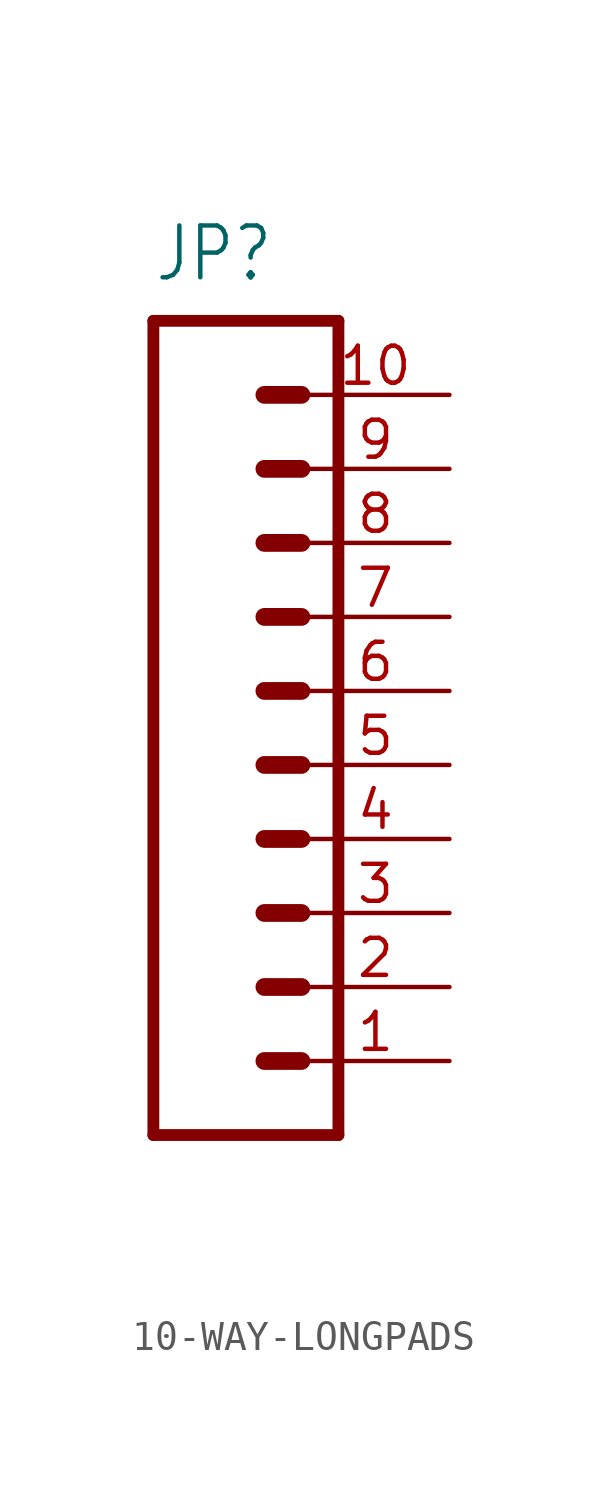
<source format=kicad_sym>
(kicad_symbol_lib
  (version 20220914)
  (generator kicad_symbol_editor)
  (symbol "10-WAY-LONGPADS"
    (property "Reference" "JP"
      (at 0 8.89 0)
      (effects (font (size 1.778 1.511)) (justify left bottom)))
    (property "Value" ""
      (at 0 -22.86 0)
      (effects (font (size 1.778 1.511)) (justify left bottom)))
    (property "ki_locked" ""
      (at 0 0 0)
      (effects (font (size 1.27 1.27))))
    (symbol "10-WAY-LONGPADS_1_0"
      (polyline (pts (xy 0 7.62) (xy 0 -20.32)) (stroke (width 0.406) (type solid)) (fill (type none)))
      (polyline (pts (xy 0 7.62) (xy 6.35 7.62)) (stroke (width 0.406) (type solid)) (fill (type none)))
      (polyline (pts (xy 3.81 -17.78) (xy 5.08 -17.78)) (stroke (width 0.61) (type solid)) (fill (type none)))
      (polyline (pts (xy 3.81 -15.24) (xy 5.08 -15.24)) (stroke (width 0.61) (type solid)) (fill (type none)))
      (polyline (pts (xy 3.81 -12.7) (xy 5.08 -12.7)) (stroke (width 0.61) (type solid)) (fill (type none)))
      (polyline (pts (xy 3.81 -10.16) (xy 5.08 -10.16)) (stroke (width 0.61) (type solid)) (fill (type none)))
      (polyline (pts (xy 3.81 -7.62) (xy 5.08 -7.62)) (stroke (width 0.61) (type solid)) (fill (type none)))
      (polyline (pts (xy 3.81 -5.08) (xy 5.08 -5.08)) (stroke (width 0.61) (type solid)) (fill (type none)))
      (polyline (pts (xy 3.81 -2.54) (xy 5.08 -2.54)) (stroke (width 0.61) (type solid)) (fill (type none)))
      (polyline (pts (xy 3.81 0) (xy 5.08 0)) (stroke (width 0.61) (type solid)) (fill (type none)))
      (polyline (pts (xy 3.81 2.54) (xy 5.08 2.54)) (stroke (width 0.61) (type solid)) (fill (type none)))
      (polyline (pts (xy 3.81 5.08) (xy 5.08 5.08)) (stroke (width 0.61) (type solid)) (fill (type none)))
      (polyline (pts (xy 6.35 -20.32) (xy 0 -20.32)) (stroke (width 0.406) (type solid)) (fill (type none)))
      (polyline (pts (xy 6.35 -20.32) (xy 6.35 7.62)) (stroke (width 0.406) (type solid)) (fill (type none)))
      (pin passive line (at 10.16 -17.78 180) (length 5.08) (name "1" (effects (font (size 0 0)))) (number "1" (effects (font (size 1.27 1.27)))))
      (pin passive line (at 10.16 5.08 180) (length 5.08) (name "10" (effects (font (size 0 0)))) (number "10" (effects (font (size 1.27 1.27)))))
      (pin passive line (at 10.16 -15.24 180) (length 5.08) (name "2" (effects (font (size 0 0)))) (number "2" (effects (font (size 1.27 1.27)))))
      (pin passive line (at 10.16 -12.7 180) (length 5.08) (name "3" (effects (font (size 0 0)))) (number "3" (effects (font (size 1.27 1.27)))))
      (pin passive line (at 10.16 -10.16 180) (length 5.08) (name "4" (effects (font (size 0 0)))) (number "4" (effects (font (size 1.27 1.27)))))
      (pin passive line (at 10.16 -7.62 180) (length 5.08) (name "5" (effects (font (size 0 0)))) (number "5" (effects (font (size 1.27 1.27)))))
      (pin passive line (at 10.16 -5.08 180) (length 5.08) (name "6" (effects (font (size 0 0)))) (number "6" (effects (font (size 1.27 1.27)))))
      (pin passive line (at 10.16 -2.54 180) (length 5.08) (name "7" (effects (font (size 0 0)))) (number "7" (effects (font (size 1.27 1.27)))))
      (pin passive line (at 10.16 0 180) (length 5.08) (name "8" (effects (font (size 0 0)))) (number "8" (effects (font (size 1.27 1.27)))))
      (pin passive line (at 10.16 2.54 180) (length 5.08) (name "9" (effects (font (size 0 0)))) (number "9" (effects (font (size 1.27 1.27))))))))
</source>
